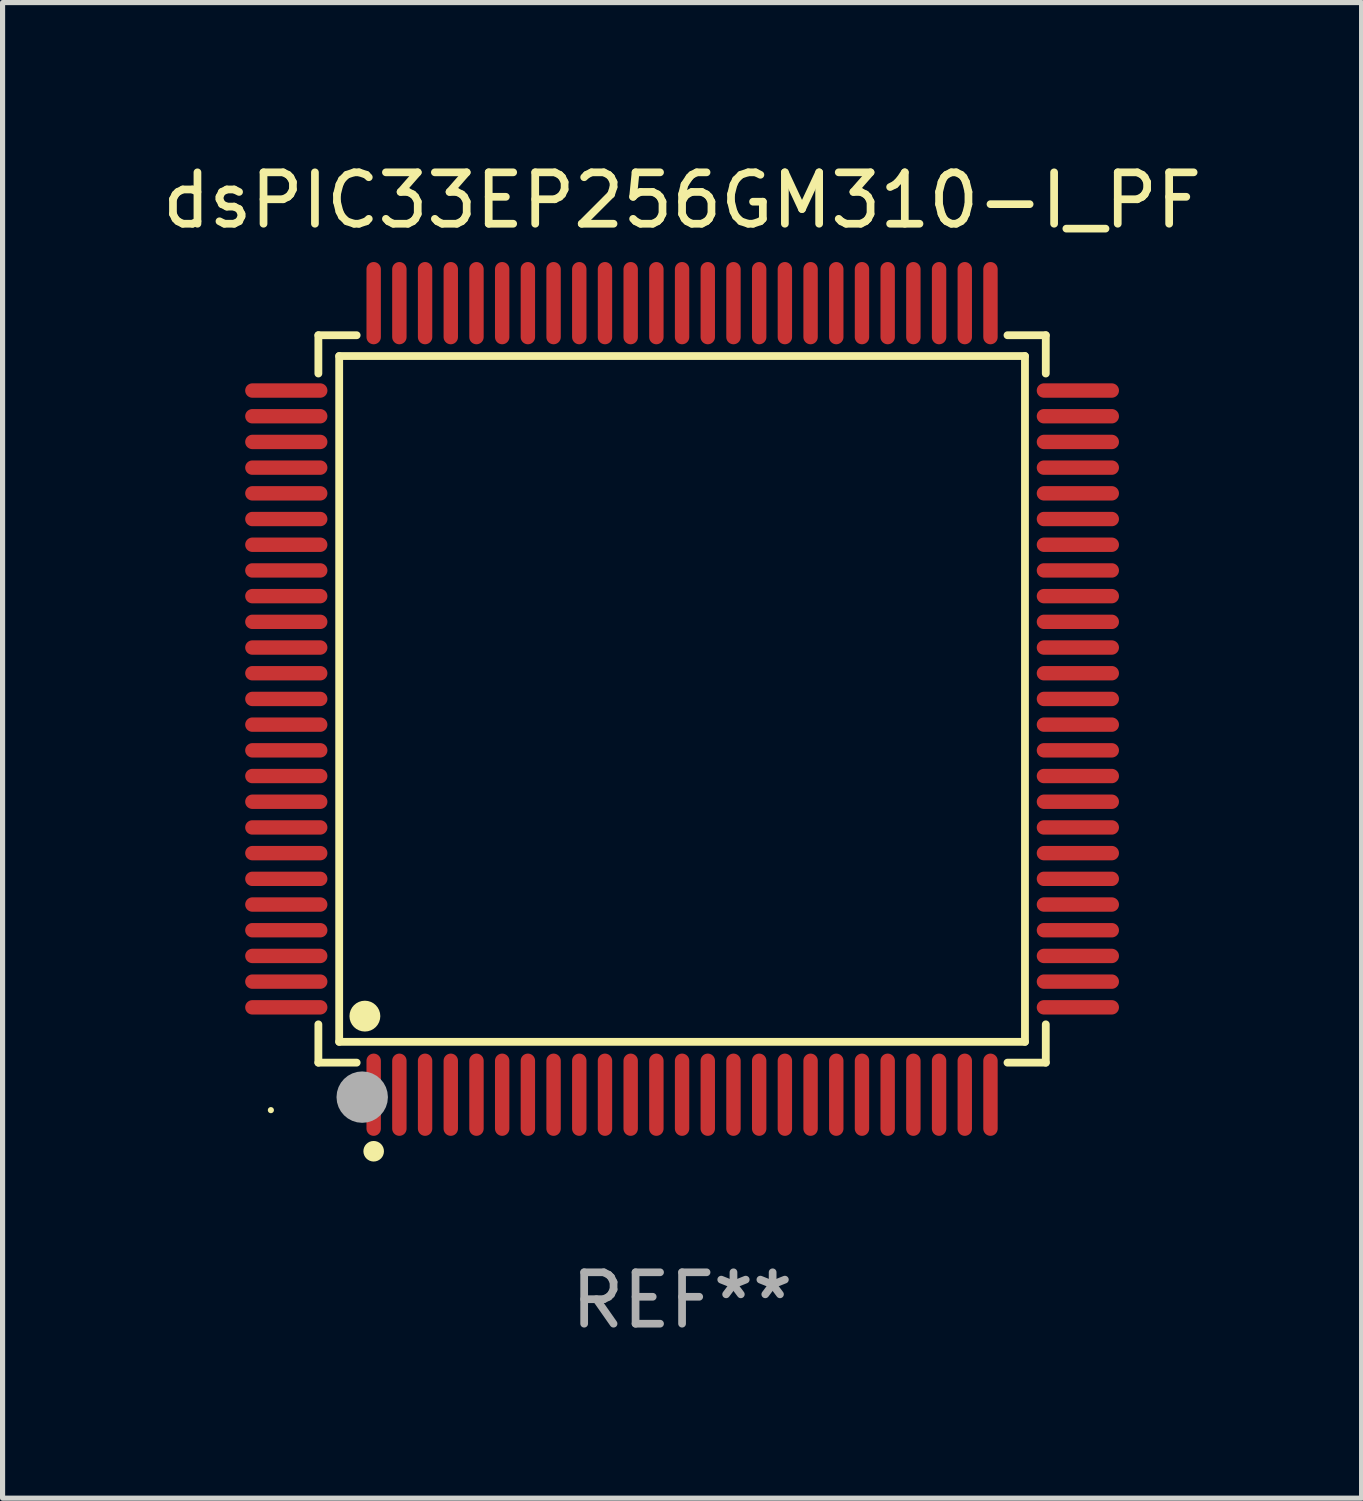
<source format=kicad_pcb>
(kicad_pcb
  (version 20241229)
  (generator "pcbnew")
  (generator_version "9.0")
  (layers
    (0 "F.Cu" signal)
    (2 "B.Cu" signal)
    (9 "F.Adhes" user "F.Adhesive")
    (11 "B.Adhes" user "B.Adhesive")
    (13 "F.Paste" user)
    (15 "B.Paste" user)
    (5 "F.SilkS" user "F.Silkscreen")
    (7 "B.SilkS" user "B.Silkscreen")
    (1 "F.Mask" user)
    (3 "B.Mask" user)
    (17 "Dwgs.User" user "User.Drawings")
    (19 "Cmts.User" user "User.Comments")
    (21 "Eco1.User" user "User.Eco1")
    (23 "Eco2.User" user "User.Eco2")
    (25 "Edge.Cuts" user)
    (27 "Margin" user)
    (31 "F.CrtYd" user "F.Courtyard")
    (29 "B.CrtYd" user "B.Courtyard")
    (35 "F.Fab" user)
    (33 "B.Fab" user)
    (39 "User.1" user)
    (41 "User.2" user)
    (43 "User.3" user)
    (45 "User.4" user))
  (footprint "dsPIC33EP256GM310-I_PF"
    (layer "F.Cu")
    (at 10.22 10.548)
    (property "Reference" "dsPIC33EP256GM310-I_PF" (at 0 -9.7 0) (layer "F.SilkS") (effects (font (size 1 1) (thickness 0.15))))
    (attr through_hole)
    (fp_line (start -7.076 -7.076) (end -6.331 -7.076) (stroke (width 0.152) (type solid)) (layer "F.SilkS"))
    (fp_line (start -7.076 -6.331) (end -7.076 -7.076) (stroke (width 0.152) (type solid)) (layer "F.SilkS"))
    (fp_line (start -7.076 6.331) (end -7.076 7.076) (stroke (width 0.152) (type solid)) (layer "F.SilkS"))
    (fp_line (start -7.076 7.076) (end -6.331 7.076) (stroke (width 0.152) (type solid)) (layer "F.SilkS"))
    (fp_line (start -6.671 -6.671) (end 6.671 -6.671) (stroke (width 0.152) (type solid)) (layer "F.SilkS"))
    (fp_line (start -6.671 6.671) (end -6.671 -6.671) (stroke (width 0.152) (type solid)) (layer "F.SilkS"))
    (fp_line (start 6.671 -6.671) (end 6.671 6.671) (stroke (width 0.152) (type solid)) (layer "F.SilkS"))
    (fp_line (start 6.671 6.671) (end -6.671 6.671) (stroke (width 0.152) (type solid)) (layer "F.SilkS"))
    (fp_line (start 7.076 -7.076) (end 6.331 -7.076) (stroke (width 0.152) (type solid)) (layer "F.SilkS"))
    (fp_line (start 7.076 -6.331) (end 7.076 -7.076) (stroke (width 0.152) (type solid)) (layer "F.SilkS"))
    (fp_line (start 7.076 6.331) (end 7.076 7.076) (stroke (width 0.152) (type solid)) (layer "F.SilkS"))
    (fp_line (start 7.076 7.076) (end 6.331 7.076) (stroke (width 0.152) (type solid)) (layer "F.SilkS"))
    (fp_circle (center -8 8) (end -7.97 8) (stroke (width 0.06) (type solid)) (fill no) (layer "F.SilkS"))
    (fp_circle (center -6.171 6.171) (end -6.021 6.171) (stroke (width 0.3) (type solid)) (fill no) (layer "F.SilkS"))
    (fp_circle (center -6 8.8) (end -5.9 8.8) (stroke (width 0.2) (type solid)) (fill no) (layer "F.SilkS"))
    (fp_circle (center -6.223 7.747) (end -5.973 7.747) (stroke (width 0.5) (type solid)) (fill no) (layer "F.Fab"))
    (fp_text user "REF**" (at 0 11.7 0) (layer "F.Fab") (effects (font (size 1 1) (thickness 0.15))))
    (pad "1" smd oval (at -6 7.7) (size 0.28 1.6) (layers "F.Cu" "F.Mask" "F.Paste"))
    (pad "2" smd oval (at -5.5 7.7) (size 0.28 1.6) (layers "F.Cu" "F.Mask" "F.Paste"))
    (pad "3" smd oval (at -5 7.7) (size 0.28 1.6) (layers "F.Cu" "F.Mask" "F.Paste"))
    (pad "4" smd oval (at -4.5 7.7) (size 0.28 1.6) (layers "F.Cu" "F.Mask" "F.Paste"))
    (pad "5" smd oval (at -4 7.7) (size 0.28 1.6) (layers "F.Cu" "F.Mask" "F.Paste"))
    (pad "6" smd oval (at -3.5 7.7) (size 0.28 1.6) (layers "F.Cu" "F.Mask" "F.Paste"))
    (pad "7" smd oval (at -3 7.7) (size 0.28 1.6) (layers "F.Cu" "F.Mask" "F.Paste"))
    (pad "8" smd oval (at -2.5 7.7) (size 0.28 1.6) (layers "F.Cu" "F.Mask" "F.Paste"))
    (pad "9" smd oval (at -2 7.7) (size 0.28 1.6) (layers "F.Cu" "F.Mask" "F.Paste"))
    (pad "10" smd oval (at -1.5 7.7) (size 0.28 1.6) (layers "F.Cu" "F.Mask" "F.Paste"))
    (pad "11" smd oval (at -1 7.7) (size 0.28 1.6) (layers "F.Cu" "F.Mask" "F.Paste"))
    (pad "12" smd oval (at -0.5 7.7) (size 0.28 1.6) (layers "F.Cu" "F.Mask" "F.Paste"))
    (pad "13" smd oval (at 0 7.7) (size 0.28 1.6) (layers "F.Cu" "F.Mask" "F.Paste"))
    (pad "14" smd oval (at 0.5 7.7) (size 0.28 1.6) (layers "F.Cu" "F.Mask" "F.Paste"))
    (pad "15" smd oval (at 1 7.7) (size 0.28 1.6) (layers "F.Cu" "F.Mask" "F.Paste"))
    (pad "16" smd oval (at 1.5 7.7) (size 0.28 1.6) (layers "F.Cu" "F.Mask" "F.Paste"))
    (pad "17" smd oval (at 2 7.7) (size 0.28 1.6) (layers "F.Cu" "F.Mask" "F.Paste"))
    (pad "18" smd oval (at 2.5 7.7) (size 0.28 1.6) (layers "F.Cu" "F.Mask" "F.Paste"))
    (pad "19" smd oval (at 3 7.7) (size 0.28 1.6) (layers "F.Cu" "F.Mask" "F.Paste"))
    (pad "20" smd oval (at 3.5 7.7) (size 0.28 1.6) (layers "F.Cu" "F.Mask" "F.Paste"))
    (pad "21" smd oval (at 4 7.7) (size 0.28 1.6) (layers "F.Cu" "F.Mask" "F.Paste"))
    (pad "22" smd oval (at 4.5 7.7) (size 0.28 1.6) (layers "F.Cu" "F.Mask" "F.Paste"))
    (pad "23" smd oval (at 5 7.7) (size 0.28 1.6) (layers "F.Cu" "F.Mask" "F.Paste"))
    (pad "24" smd oval (at 5.5 7.7) (size 0.28 1.6) (layers "F.Cu" "F.Mask" "F.Paste"))
    (pad "25" smd oval (at 6 7.7) (size 0.28 1.6) (layers "F.Cu" "F.Mask" "F.Paste"))
    (pad "26" smd oval (at 7.7 6) (size 1.6 0.28) (layers "F.Cu" "F.Mask" "F.Paste"))
    (pad "27" smd oval (at 7.7 5.5) (size 1.6 0.28) (layers "F.Cu" "F.Mask" "F.Paste"))
    (pad "28" smd oval (at 7.7 5) (size 1.6 0.28) (layers "F.Cu" "F.Mask" "F.Paste"))
    (pad "29" smd oval (at 7.7 4.5) (size 1.6 0.28) (layers "F.Cu" "F.Mask" "F.Paste"))
    (pad "30" smd oval (at 7.7 4) (size 1.6 0.28) (layers "F.Cu" "F.Mask" "F.Paste"))
    (pad "31" smd oval (at 7.7 3.5) (size 1.6 0.28) (layers "F.Cu" "F.Mask" "F.Paste"))
    (pad "32" smd oval (at 7.7 3) (size 1.6 0.28) (layers "F.Cu" "F.Mask" "F.Paste"))
    (pad "33" smd oval (at 7.7 2.5) (size 1.6 0.28) (layers "F.Cu" "F.Mask" "F.Paste"))
    (pad "34" smd oval (at 7.7 2) (size 1.6 0.28) (layers "F.Cu" "F.Mask" "F.Paste"))
    (pad "35" smd oval (at 7.7 1.5) (size 1.6 0.28) (layers "F.Cu" "F.Mask" "F.Paste"))
    (pad "36" smd oval (at 7.7 1) (size 1.6 0.28) (layers "F.Cu" "F.Mask" "F.Paste"))
    (pad "37" smd oval (at 7.7 0.5) (size 1.6 0.28) (layers "F.Cu" "F.Mask" "F.Paste"))
    (pad "38" smd oval (at 7.7 0) (size 1.6 0.28) (layers "F.Cu" "F.Mask" "F.Paste"))
    (pad "39" smd oval (at 7.7 -0.5) (size 1.6 0.28) (layers "F.Cu" "F.Mask" "F.Paste"))
    (pad "40" smd oval (at 7.7 -1) (size 1.6 0.28) (layers "F.Cu" "F.Mask" "F.Paste"))
    (pad "41" smd oval (at 7.7 -1.5) (size 1.6 0.28) (layers "F.Cu" "F.Mask" "F.Paste"))
    (pad "42" smd oval (at 7.7 -2) (size 1.6 0.28) (layers "F.Cu" "F.Mask" "F.Paste"))
    (pad "43" smd oval (at 7.7 -2.5) (size 1.6 0.28) (layers "F.Cu" "F.Mask" "F.Paste"))
    (pad "44" smd oval (at 7.7 -3) (size 1.6 0.28) (layers "F.Cu" "F.Mask" "F.Paste"))
    (pad "45" smd oval (at 7.7 -3.5) (size 1.6 0.28) (layers "F.Cu" "F.Mask" "F.Paste"))
    (pad "46" smd oval (at 7.7 -4) (size 1.6 0.28) (layers "F.Cu" "F.Mask" "F.Paste"))
    (pad "47" smd oval (at 7.7 -4.5) (size 1.6 0.28) (layers "F.Cu" "F.Mask" "F.Paste"))
    (pad "48" smd oval (at 7.7 -5) (size 1.6 0.28) (layers "F.Cu" "F.Mask" "F.Paste"))
    (pad "49" smd oval (at 7.7 -5.5) (size 1.6 0.28) (layers "F.Cu" "F.Mask" "F.Paste"))
    (pad "50" smd oval (at 7.7 -6) (size 1.6 0.28) (layers "F.Cu" "F.Mask" "F.Paste"))
    (pad "51" smd oval (at 6 -7.7) (size 0.28 1.6) (layers "F.Cu" "F.Mask" "F.Paste"))
    (pad "52" smd oval (at 5.5 -7.7) (size 0.28 1.6) (layers "F.Cu" "F.Mask" "F.Paste"))
    (pad "53" smd oval (at 5 -7.7) (size 0.28 1.6) (layers "F.Cu" "F.Mask" "F.Paste"))
    (pad "54" smd oval (at 4.5 -7.7) (size 0.28 1.6) (layers "F.Cu" "F.Mask" "F.Paste"))
    (pad "55" smd oval (at 4 -7.7) (size 0.28 1.6) (layers "F.Cu" "F.Mask" "F.Paste"))
    (pad "56" smd oval (at 3.5 -7.7) (size 0.28 1.6) (layers "F.Cu" "F.Mask" "F.Paste"))
    (pad "57" smd oval (at 3 -7.7) (size 0.28 1.6) (layers "F.Cu" "F.Mask" "F.Paste"))
    (pad "58" smd oval (at 2.5 -7.7) (size 0.28 1.6) (layers "F.Cu" "F.Mask" "F.Paste"))
    (pad "59" smd oval (at 2 -7.7) (size 0.28 1.6) (layers "F.Cu" "F.Mask" "F.Paste"))
    (pad "60" smd oval (at 1.5 -7.7) (size 0.28 1.6) (layers "F.Cu" "F.Mask" "F.Paste"))
    (pad "61" smd oval (at 1 -7.7) (size 0.28 1.6) (layers "F.Cu" "F.Mask" "F.Paste"))
    (pad "62" smd oval (at 0.5 -7.7) (size 0.28 1.6) (layers "F.Cu" "F.Mask" "F.Paste"))
    (pad "63" smd oval (at 0 -7.7) (size 0.28 1.6) (layers "F.Cu" "F.Mask" "F.Paste"))
    (pad "64" smd oval (at -0.5 -7.7) (size 0.28 1.6) (layers "F.Cu" "F.Mask" "F.Paste"))
    (pad "65" smd oval (at -1 -7.7) (size 0.28 1.6) (layers "F.Cu" "F.Mask" "F.Paste"))
    (pad "66" smd oval (at -1.5 -7.7) (size 0.28 1.6) (layers "F.Cu" "F.Mask" "F.Paste"))
    (pad "67" smd oval (at -2 -7.7) (size 0.28 1.6) (layers "F.Cu" "F.Mask" "F.Paste"))
    (pad "68" smd oval (at -2.5 -7.7) (size 0.28 1.6) (layers "F.Cu" "F.Mask" "F.Paste"))
    (pad "69" smd oval (at -3 -7.7) (size 0.28 1.6) (layers "F.Cu" "F.Mask" "F.Paste"))
    (pad "70" smd oval (at -3.5 -7.7) (size 0.28 1.6) (layers "F.Cu" "F.Mask" "F.Paste"))
    (pad "71" smd oval (at -4 -7.7) (size 0.28 1.6) (layers "F.Cu" "F.Mask" "F.Paste"))
    (pad "72" smd oval (at -4.5 -7.7) (size 0.28 1.6) (layers "F.Cu" "F.Mask" "F.Paste"))
    (pad "73" smd oval (at -5 -7.7) (size 0.28 1.6) (layers "F.Cu" "F.Mask" "F.Paste"))
    (pad "74" smd oval (at -5.5 -7.7) (size 0.28 1.6) (layers "F.Cu" "F.Mask" "F.Paste"))
    (pad "75" smd oval (at -6 -7.7) (size 0.28 1.6) (layers "F.Cu" "F.Mask" "F.Paste"))
    (pad "76" smd oval (at -7.7 -6) (size 1.6 0.28) (layers "F.Cu" "F.Mask" "F.Paste"))
    (pad "77" smd oval (at -7.7 -5.5) (size 1.6 0.28) (layers "F.Cu" "F.Mask" "F.Paste"))
    (pad "78" smd oval (at -7.7 -5) (size 1.6 0.28) (layers "F.Cu" "F.Mask" "F.Paste"))
    (pad "79" smd oval (at -7.7 -4.5) (size 1.6 0.28) (layers "F.Cu" "F.Mask" "F.Paste"))
    (pad "80" smd oval (at -7.7 -4) (size 1.6 0.28) (layers "F.Cu" "F.Mask" "F.Paste"))
    (pad "81" smd oval (at -7.7 -3.5) (size 1.6 0.28) (layers "F.Cu" "F.Mask" "F.Paste"))
    (pad "82" smd oval (at -7.7 -3) (size 1.6 0.28) (layers "F.Cu" "F.Mask" "F.Paste"))
    (pad "83" smd oval (at -7.7 -2.5) (size 1.6 0.28) (layers "F.Cu" "F.Mask" "F.Paste"))
    (pad "84" smd oval (at -7.7 -2) (size 1.6 0.28) (layers "F.Cu" "F.Mask" "F.Paste"))
    (pad "85" smd oval (at -7.7 -1.5) (size 1.6 0.28) (layers "F.Cu" "F.Mask" "F.Paste"))
    (pad "86" smd oval (at -7.7 -1) (size 1.6 0.28) (layers "F.Cu" "F.Mask" "F.Paste"))
    (pad "87" smd oval (at -7.7 -0.5) (size 1.6 0.28) (layers "F.Cu" "F.Mask" "F.Paste"))
    (pad "88" smd oval (at -7.7 0) (size 1.6 0.28) (layers "F.Cu" "F.Mask" "F.Paste"))
    (pad "89" smd oval (at -7.7 0.5) (size 1.6 0.28) (layers "F.Cu" "F.Mask" "F.Paste"))
    (pad "90" smd oval (at -7.7 1) (size 1.6 0.28) (layers "F.Cu" "F.Mask" "F.Paste"))
    (pad "91" smd oval (at -7.7 1.5) (size 1.6 0.28) (layers "F.Cu" "F.Mask" "F.Paste"))
    (pad "92" smd oval (at -7.7 2) (size 1.6 0.28) (layers "F.Cu" "F.Mask" "F.Paste"))
    (pad "93" smd oval (at -7.7 2.5) (size 1.6 0.28) (layers "F.Cu" "F.Mask" "F.Paste"))
    (pad "94" smd oval (at -7.7 3) (size 1.6 0.28) (layers "F.Cu" "F.Mask" "F.Paste"))
    (pad "95" smd oval (at -7.7 3.5) (size 1.6 0.28) (layers "F.Cu" "F.Mask" "F.Paste"))
    (pad "96" smd oval (at -7.7 4) (size 1.6 0.28) (layers "F.Cu" "F.Mask" "F.Paste"))
    (pad "97" smd oval (at -7.7 4.5) (size 1.6 0.28) (layers "F.Cu" "F.Mask" "F.Paste"))
    (pad "98" smd oval (at -7.7 5) (size 1.6 0.28) (layers "F.Cu" "F.Mask" "F.Paste"))
    (pad "99" smd oval (at -7.7 5.5) (size 1.6 0.28) (layers "F.Cu" "F.Mask" "F.Paste"))
    (pad "100" smd oval (at -7.7 6) (size 1.6 0.28) (layers "F.Cu" "F.Mask" "F.Paste")))
  (gr_rect
    (start -3 -3)
    (end 23.44 26.097)
    (stroke (width 0.1) (type default))
    (fill no)
    (layer "Edge.Cuts")))
</source>
